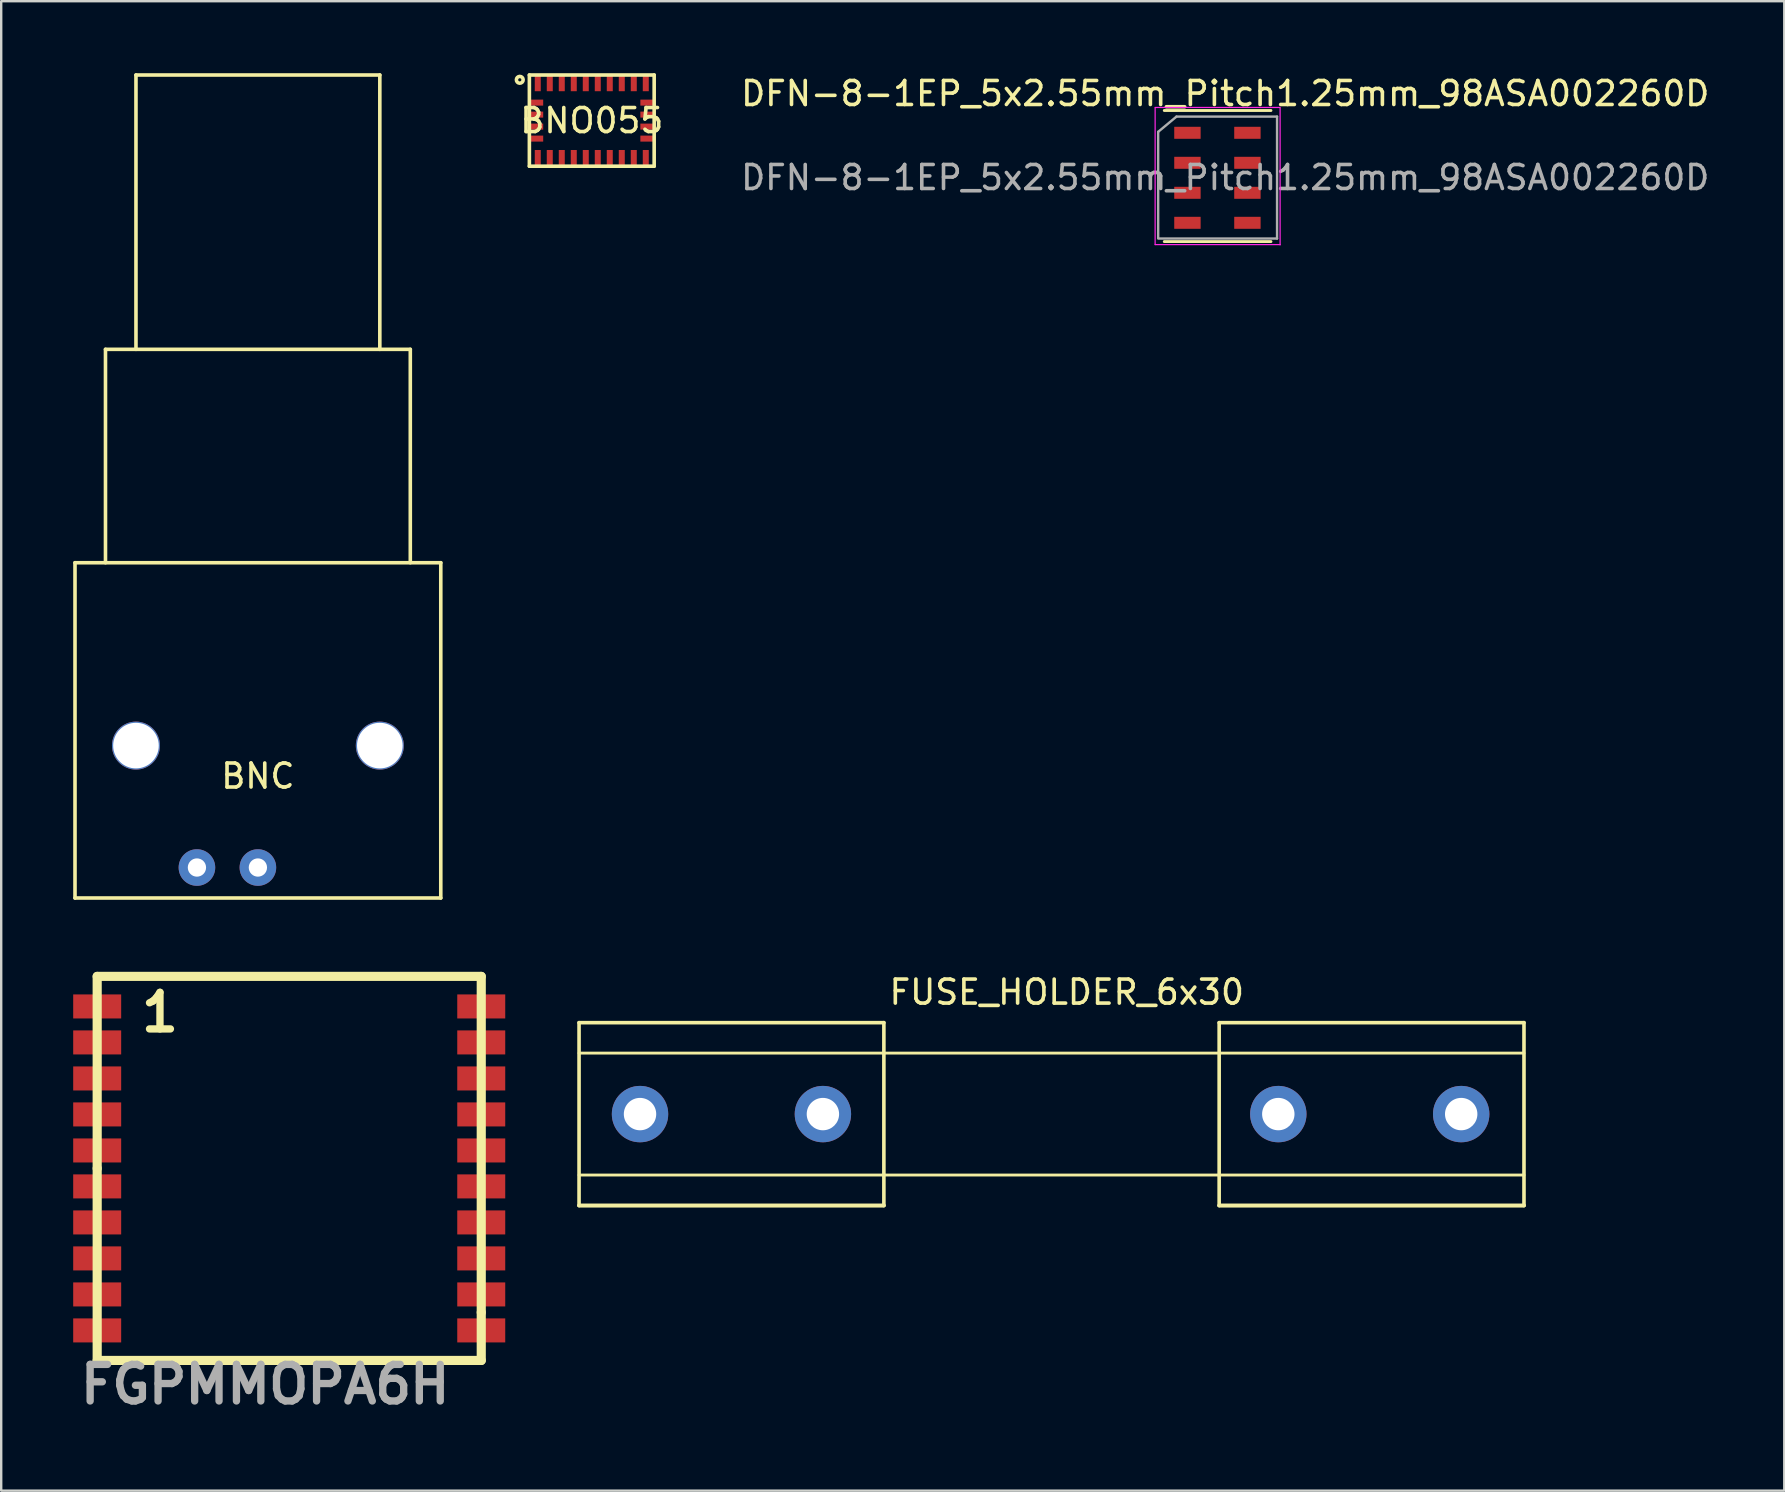
<source format=kicad_pcb>
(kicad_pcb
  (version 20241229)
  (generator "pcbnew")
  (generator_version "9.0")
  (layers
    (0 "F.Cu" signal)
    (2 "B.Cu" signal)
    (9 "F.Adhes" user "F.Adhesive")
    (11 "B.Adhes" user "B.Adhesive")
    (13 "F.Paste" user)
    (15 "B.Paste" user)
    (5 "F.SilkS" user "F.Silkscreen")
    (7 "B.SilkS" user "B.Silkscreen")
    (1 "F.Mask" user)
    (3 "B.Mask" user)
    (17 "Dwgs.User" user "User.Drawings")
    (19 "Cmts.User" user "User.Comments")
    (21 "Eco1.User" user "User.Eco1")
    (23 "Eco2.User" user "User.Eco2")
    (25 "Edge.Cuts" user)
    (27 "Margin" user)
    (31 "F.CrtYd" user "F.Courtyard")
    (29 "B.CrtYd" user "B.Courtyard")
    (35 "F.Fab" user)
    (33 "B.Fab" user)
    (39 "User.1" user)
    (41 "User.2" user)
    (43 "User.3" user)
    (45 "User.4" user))
  (footprint "BNO055"
    (layer "F.Cu")
    (at 21.606 1.975)
    (property "Reference" "BNO055" (at 0 0 0) (layer "F.SilkS") (effects (font (size 1 1) (thickness 0.15))))
    (attr through_hole)
    (fp_line (start -2.6 -1.9) (end -2.6 1.9) (stroke (width 0.15) (type solid)) (layer "F.SilkS"))
    (fp_line (start -2.6 1.9) (end 2.6 1.9) (stroke (width 0.15) (type solid)) (layer "F.SilkS"))
    (fp_line (start 2.6 -1.9) (end -2.6 -1.9) (stroke (width 0.15) (type solid)) (layer "F.SilkS"))
    (fp_line (start 2.6 1.9) (end 2.6 -1.9) (stroke (width 0.15) (type solid)) (layer "F.SilkS"))
    (fp_circle (center -3 -1.7) (end -2.9 -1.6) (stroke (width 0.15) (type solid)) (fill no) (layer "F.SilkS"))
    (pad "1" smd rect (at -2.25 -1.562) (size 0.25 0.675) (layers "F.Cu" "F.Mask" "F.Paste"))
    (pad "2" smd rect (at -2.312 -0.75) (size 0.575 0.25) (layers "F.Cu" "F.Mask" "F.Paste"))
    (pad "3" smd rect (at -2.312 -0.25) (size 0.575 0.25) (layers "F.Cu" "F.Mask" "F.Paste"))
    (pad "4" smd rect (at -2.312 0.25) (size 0.575 0.25) (layers "F.Cu" "F.Mask" "F.Paste"))
    (pad "5" smd rect (at -2.312 0.75) (size 0.575 0.25) (layers "F.Cu" "F.Mask" "F.Paste"))
    (pad "6" smd rect (at -2.25 1.562) (size 0.25 0.675) (layers "F.Cu" "F.Mask" "F.Paste"))
    (pad "7" smd rect (at -1.75 1.562) (size 0.25 0.675) (layers "F.Cu" "F.Mask" "F.Paste"))
    (pad "8" smd rect (at -1.25 1.562) (size 0.25 0.675) (layers "F.Cu" "F.Mask" "F.Paste"))
    (pad "9" smd rect (at -0.75 1.562) (size 0.25 0.675) (layers "F.Cu" "F.Mask" "F.Paste"))
    (pad "10" smd rect (at -0.25 1.562) (size 0.25 0.675) (layers "F.Cu" "F.Mask" "F.Paste"))
    (pad "11" smd rect (at 0.25 1.562) (size 0.25 0.675) (layers "F.Cu" "F.Mask" "F.Paste"))
    (pad "12" smd rect (at 0.75 1.562) (size 0.25 0.675) (layers "F.Cu" "F.Mask" "F.Paste"))
    (pad "13" smd rect (at 1.25 1.562) (size 0.25 0.675) (layers "F.Cu" "F.Mask" "F.Paste"))
    (pad "14" smd rect (at 1.75 1.562) (size 0.25 0.675) (layers "F.Cu" "F.Mask" "F.Paste"))
    (pad "15" smd rect (at 2.25 1.562) (size 0.25 0.675) (layers "F.Cu" "F.Mask" "F.Paste"))
    (pad "16" smd rect (at 2.312 0.75) (size 0.575 0.25) (layers "F.Cu" "F.Mask" "F.Paste"))
    (pad "17" smd rect (at 2.312 0.25) (size 0.575 0.25) (layers "F.Cu" "F.Mask" "F.Paste"))
    (pad "18" smd rect (at 2.312 -0.25) (size 0.575 0.25) (layers "F.Cu" "F.Mask" "F.Paste"))
    (pad "19" smd rect (at 2.312 -0.75) (size 0.575 0.25) (layers "F.Cu" "F.Mask" "F.Paste"))
    (pad "20" smd rect (at 2.25 -1.562) (size 0.25 0.675) (layers "F.Cu" "F.Mask" "F.Paste"))
    (pad "21" smd rect (at 1.75 -1.562) (size 0.25 0.675) (layers "F.Cu" "F.Mask" "F.Paste"))
    (pad "22" smd rect (at 1.25 -1.562) (size 0.25 0.675) (layers "F.Cu" "F.Mask" "F.Paste"))
    (pad "23" smd rect (at 0.75 -1.562) (size 0.25 0.675) (layers "F.Cu" "F.Mask" "F.Paste"))
    (pad "24" smd rect (at 0.25 -1.562) (size 0.25 0.675) (layers "F.Cu" "F.Mask" "F.Paste"))
    (pad "25" smd rect (at -0.25 -1.562) (size 0.25 0.675) (layers "F.Cu" "F.Mask" "F.Paste"))
    (pad "26" smd rect (at -0.75 -1.562) (size 0.25 0.675) (layers "F.Cu" "F.Mask" "F.Paste"))
    (pad "27" smd rect (at -1.25 -1.562) (size 0.25 0.675) (layers "F.Cu" "F.Mask" "F.Paste"))
    (pad "28" smd rect (at -1.75 -1.562) (size 0.25 0.675) (layers "F.Cu" "F.Mask" "F.Paste")))
  (footprint "FUSE_HOLDER_6x30"
    (layer "F.Cu")
    (at 23.616 43.368)
    (property "Reference" "FUSE_HOLDER_6x30" (at 17.78 -5.08 0) (layer "F.SilkS") (effects (font (size 1 1) (thickness 0.15))))
    (attr through_hole)
    (fp_line (start -2.54 -3.81) (end -2.54 3.81) (stroke (width 0.15) (type solid)) (layer "F.SilkS"))
    (fp_line (start -2.54 -3.81) (end 10.16 -3.81) (stroke (width 0.15) (type solid)) (layer "F.SilkS"))
    (fp_line (start -2.54 3.81) (end 10.16 3.81) (stroke (width 0.15) (type solid)) (layer "F.SilkS"))
    (fp_line (start -2.54 3.81) (end 10.16 3.81) (stroke (width 0.15) (type solid)) (layer "F.SilkS"))
    (fp_line (start 10.16 3.81) (end 10.16 -3.81) (stroke (width 0.15) (type solid)) (layer "F.SilkS"))
    (fp_line (start 24.13 -3.81) (end 24.13 3.81) (stroke (width 0.15) (type solid)) (layer "F.SilkS"))
    (fp_line (start 24.13 -3.81) (end 36.83 -3.81) (stroke (width 0.15) (type solid)) (layer "F.SilkS"))
    (fp_line (start 24.13 3.81) (end 36.83 3.81) (stroke (width 0.15) (type solid)) (layer "F.SilkS"))
    (fp_line (start 24.13 3.81) (end 36.83 3.81) (stroke (width 0.15) (type solid)) (layer "F.SilkS"))
    (fp_line (start 36.83 -2.54) (end -2.54 -2.54) (stroke (width 0.12) (type solid)) (layer "F.SilkS"))
    (fp_line (start 36.83 2.54) (end -2.54 2.54) (stroke (width 0.12) (type solid)) (layer "F.SilkS"))
    (fp_line (start 36.83 3.81) (end 36.83 -3.81) (stroke (width 0.15) (type solid)) (layer "F.SilkS"))
    (pad "1" thru_hole circle (at 0 0) (size 2.35 2.35) (drill 1.35) (layers "*.Cu" "*.Mask"))
    (pad "1" thru_hole circle (at 7.62 0) (size 2.35 2.35) (drill 1.35) (layers "*.Cu" "*.Mask"))
    (pad "2" thru_hole circle (at 26.594 0) (size 2.35 2.35) (drill 1.35) (layers "*.Cu" "*.Mask"))
    (pad "2" thru_hole circle (at 34.214 0) (size 2.35 2.35) (drill 1.35) (layers "*.Cu" "*.Mask")))
  (footprint "DFN-8-1EP_5x2.55mm_Pitch1.25mm_98ASA002260D"
    (layer "F.Cu")
    (at 47.999 4.348)
    (property "Reference" "DFN-8-1EP_5x2.55mm_Pitch1.25mm_98ASA002260D" (at 0 -3.5 0) (layer "F.SilkS") (effects (font (size 1 1) (thickness 0.15))))
    (attr smd)
    (fp_line (start -2.54 -2.794) (end 1.905 -2.794) (stroke (width 0.12) (type solid)) (layer "F.SilkS"))
    (fp_line (start -2.54 2.667) (end 1.905 2.667) (stroke (width 0.12) (type solid)) (layer "F.SilkS"))
    (fp_line (start -2.921 -2.921) (end 2.286 -2.921) (stroke (width 0.05) (type solid)) (layer "F.CrtYd"))
    (fp_line (start -2.921 2.794) (end -2.921 -2.906) (stroke (width 0.05) (type solid)) (layer "F.CrtYd"))
    (fp_line (start 2.286 -2.896) (end 2.286 2.804) (stroke (width 0.05) (type solid)) (layer "F.CrtYd"))
    (fp_line (start 2.286 2.794) (end -2.921 2.794) (stroke (width 0.05) (type solid)) (layer "F.CrtYd"))
    (fp_line (start -2.794 2.5) (end -2.794 -1.905) (stroke (width 0.1) (type solid)) (layer "F.Fab"))
    (fp_line (start -2.032 -2.54) (end -2.794 -1.905) (stroke (width 0.1) (type solid)) (layer "F.Fab"))
    (fp_line (start -2.032 -2.54) (end 2.159 -2.54) (stroke (width 0.1) (type solid)) (layer "F.Fab"))
    (fp_line (start 2.159 -2.54) (end 2.159 2.54) (stroke (width 0.1) (type solid)) (layer "F.Fab"))
    (fp_line (start 2.159 2.54) (end -2.794 2.54) (stroke (width 0.1) (type solid)) (layer "F.Fab"))
    (fp_text user "${REFERENCE}" (at 0 0 0) (layer "F.Fab") (effects (font (size 1 1) (thickness 0.15))))
    (pad "1" smd rect (at -1.575 -1.865 270) (size 0.5 1.1) (layers "F.Cu" "F.Mask" "F.Paste"))
    (pad "2" smd rect (at -1.575 -0.615 270) (size 0.5 1.1) (layers "F.Cu" "F.Mask" "F.Paste"))
    (pad "3" smd rect (at -1.575 0.635 270) (size 0.5 1.1) (layers "F.Cu" "F.Mask" "F.Paste"))
    (pad "4" smd rect (at -1.575 1.885 270) (size 0.5 1.1) (layers "F.Cu" "F.Mask" "F.Paste"))
    (pad "5" smd rect (at 0.924 1.885 270) (size 0.5 1.1) (layers "F.Cu" "F.Mask" "F.Paste"))
    (pad "6" smd rect (at 0.924 0.635 270) (size 0.5 1.1) (layers "F.Cu" "F.Mask" "F.Paste"))
    (pad "7" smd rect (at 0.924 -0.615 270) (size 0.5 1.1) (layers "F.Cu" "F.Mask" "F.Paste"))
    (pad "8" smd rect (at 0.924 -1.865 270) (size 0.5 1.1) (layers "F.Cu" "F.Mask" "F.Paste")))
  (footprint "BNC"
    (layer "F.Cu")
    (at 7.695 28.015)
    (property "Reference" "BNC" (at 0 1.27 0) (layer "F.SilkS") (effects (font (size 1 1) (thickness 0.15))))
    (attr through_hole)
    (fp_line (start -7.62 -7.62) (end -7.62 6.35) (stroke (width 0.15) (type solid)) (layer "F.SilkS"))
    (fp_line (start -7.62 6.35) (end 7.62 6.35) (stroke (width 0.15) (type solid)) (layer "F.SilkS"))
    (fp_line (start -6.35 -16.51) (end 6.35 -16.51) (stroke (width 0.15) (type solid)) (layer "F.SilkS"))
    (fp_line (start -6.35 -7.62) (end -6.35 -16.51) (stroke (width 0.15) (type solid)) (layer "F.SilkS"))
    (fp_line (start -5.08 -27.94) (end 5.08 -27.94) (stroke (width 0.15) (type solid)) (layer "F.SilkS"))
    (fp_line (start -5.08 -16.51) (end -5.08 -27.94) (stroke (width 0.15) (type solid)) (layer "F.SilkS"))
    (fp_line (start 5.08 -27.94) (end 5.08 -16.51) (stroke (width 0.15) (type solid)) (layer "F.SilkS"))
    (fp_line (start 6.35 -16.51) (end 6.35 -7.62) (stroke (width 0.15) (type solid)) (layer "F.SilkS"))
    (fp_line (start 7.62 -7.62) (end -7.62 -7.62) (stroke (width 0.15) (type solid)) (layer "F.SilkS"))
    (fp_line (start 7.62 6.35) (end 7.62 -7.62) (stroke (width 0.15) (type solid)) (layer "F.SilkS"))
    (pad "1" thru_hole circle (at -2.54 5.08) (size 1.524 1.524) (drill 0.762) (layers "*.Cu" "*.Mask"))
    (pad "2" thru_hole circle (at 0 5.08) (size 1.524 1.524) (drill 0.762) (layers "*.Cu" "*.Mask"))
    (pad "3" thru_hole circle (at -5.08 0) (size 2 2) (drill 1.9) (layers "*.Cu" "*.Mask"))
    (pad "4" thru_hole circle (at 5.08 0) (size 2 2) (drill 1.9) (layers "*.Cu" "*.Mask")))
  (footprint "FGPMMOPA6H"
    (layer "F.Cu")
    (at 9 45.632)
    (property "Reference" "FGPMMOPA6H" (at -1.001 8.999 0) (layer "F.Fab") (effects (font (size 1.524 1.524) (thickness 0.305))))
    (attr through_hole)
    (fp_line (start -8.001 -8.001) (end 8.001 -8.001) (stroke (width 0.381) (type solid)) (layer "F.SilkS"))
    (fp_line (start -8.001 0) (end -8.001 -8.001) (stroke (width 0.381) (type solid)) (layer "F.SilkS"))
    (fp_line (start -8.001 8.001) (end -8.001 0) (stroke (width 0.381) (type solid)) (layer "F.SilkS"))
    (fp_line (start 8.001 -8.001) (end 8.001 5.999) (stroke (width 0.381) (type solid)) (layer "F.SilkS"))
    (fp_line (start 8.001 5.999) (end 8.001 8.001) (stroke (width 0.381) (type solid)) (layer "F.SilkS"))
    (fp_line (start 8.001 8.001) (end -8.001 8.001) (stroke (width 0.381) (type solid)) (layer "F.SilkS"))
    (fp_text user "1" (at -5.385 -6.502 0) (layer "F.SilkS") (effects (font (size 1.524 1.524) (thickness 0.305))))
    (pad "1" smd rect (at -8.001 -6.749) (size 1.999 1.001) (layers "F.Cu" "F.Mask" "F.Paste"))
    (pad "2" smd rect (at -8.001 -5.25) (size 1.999 1.001) (layers "F.Cu" "F.Mask" "F.Paste"))
    (pad "3" smd rect (at -8.001 -3.749) (size 1.999 1.001) (layers "F.Cu" "F.Mask" "F.Paste"))
    (pad "4" smd rect (at -8.001 -2.25) (size 1.999 1.001) (layers "F.Cu" "F.Mask" "F.Paste"))
    (pad "5" smd rect (at -8.001 -0.749) (size 1.999 1.001) (layers "F.Cu" "F.Mask" "F.Paste"))
    (pad "6" smd rect (at -8.001 0.749) (size 1.999 1.001) (layers "F.Cu" "F.Mask" "F.Paste"))
    (pad "7" smd rect (at -8.001 2.25) (size 1.999 1.001) (layers "F.Cu" "F.Mask" "F.Paste"))
    (pad "8" smd rect (at -8.001 3.749) (size 1.999 1.001) (layers "F.Cu" "F.Mask" "F.Paste"))
    (pad "9" smd rect (at -8.001 5.25) (size 1.999 1.001) (layers "F.Cu" "F.Mask" "F.Paste"))
    (pad "10" smd rect (at -8.001 6.749) (size 1.999 1.001) (layers "F.Cu" "F.Mask" "F.Paste"))
    (pad "11" smd rect (at 8.001 6.749) (size 1.999 1.001) (layers "F.Cu" "F.Mask" "F.Paste"))
    (pad "12" smd rect (at 8.001 5.25) (size 1.999 1.001) (layers "F.Cu" "F.Mask" "F.Paste"))
    (pad "13" smd rect (at 8.001 3.749) (size 1.999 1.001) (layers "F.Cu" "F.Mask" "F.Paste"))
    (pad "14" smd rect (at 8.001 2.25) (size 1.999 1.001) (layers "F.Cu" "F.Mask" "F.Paste"))
    (pad "15" smd rect (at 8.001 0.749) (size 1.999 1.001) (layers "F.Cu" "F.Mask" "F.Paste"))
    (pad "16" smd rect (at 8.001 -0.749) (size 1.999 1.001) (layers "F.Cu" "F.Mask" "F.Paste"))
    (pad "17" smd rect (at 8.001 -2.25) (size 1.999 1.001) (layers "F.Cu" "F.Mask" "F.Paste"))
    (pad "18" smd rect (at 8.001 -3.749) (size 1.999 1.001) (layers "F.Cu" "F.Mask" "F.Paste"))
    (pad "19" smd rect (at 8.001 -5.25) (size 1.999 1.001) (layers "F.Cu" "F.Mask" "F.Paste"))
    (pad "20" smd rect (at 8.001 -6.749) (size 1.999 1.001) (layers "F.Cu" "F.Mask" "F.Paste")))
  (gr_rect
    (start -3 -3)
    (end 71.291 59.057)
    (stroke (width 0.1) (type default))
    (fill no)
    (layer "Edge.Cuts")))
</source>
